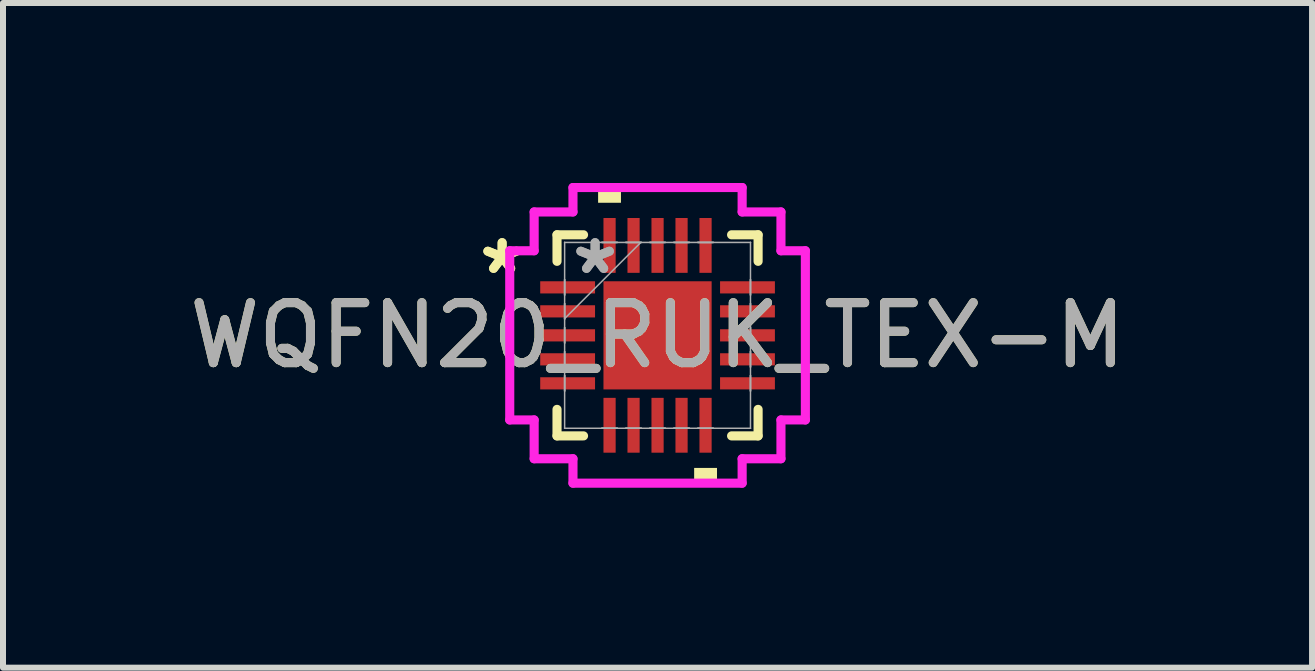
<source format=kicad_pcb>
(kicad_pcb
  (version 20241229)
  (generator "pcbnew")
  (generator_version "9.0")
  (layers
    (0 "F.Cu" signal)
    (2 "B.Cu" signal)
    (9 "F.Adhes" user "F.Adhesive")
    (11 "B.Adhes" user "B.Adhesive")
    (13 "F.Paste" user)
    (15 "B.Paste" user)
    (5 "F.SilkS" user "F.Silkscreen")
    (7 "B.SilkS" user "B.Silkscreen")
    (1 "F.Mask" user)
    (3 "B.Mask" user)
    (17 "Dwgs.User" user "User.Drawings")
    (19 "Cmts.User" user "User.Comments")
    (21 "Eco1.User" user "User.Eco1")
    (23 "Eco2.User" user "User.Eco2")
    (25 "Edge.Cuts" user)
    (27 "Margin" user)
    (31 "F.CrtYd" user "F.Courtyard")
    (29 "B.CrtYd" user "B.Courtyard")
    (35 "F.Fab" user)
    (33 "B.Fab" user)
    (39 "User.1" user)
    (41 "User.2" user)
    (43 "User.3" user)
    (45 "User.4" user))
  (footprint "WQFN20_RUK_TEX-M"
    (layer "F.Cu")
    (at 7.911 2.54)
    (property "Reference" "WQFN20_RUK_TEX-M" (at 0 0 0) (unlocked yes) (layer "F.SilkS") (effects (font (size 1 1) (thickness 0.15))))
    (attr smd)
    (fp_line (start -1.676 -1.676) (end -1.676 -1.234) (stroke (width 0.152) (type solid)) (layer "F.SilkS"))
    (fp_line (start -1.676 1.234) (end -1.676 1.676) (stroke (width 0.152) (type solid)) (layer "F.SilkS"))
    (fp_line (start -1.676 1.676) (end -1.234 1.676) (stroke (width 0.152) (type solid)) (layer "F.SilkS"))
    (fp_line (start -1.234 -1.676) (end -1.676 -1.676) (stroke (width 0.152) (type solid)) (layer "F.SilkS"))
    (fp_line (start 1.234 1.676) (end 1.676 1.676) (stroke (width 0.152) (type solid)) (layer "F.SilkS"))
    (fp_line (start 1.676 -1.676) (end 1.234 -1.676) (stroke (width 0.152) (type solid)) (layer "F.SilkS"))
    (fp_line (start 1.676 -1.234) (end 1.676 -1.676) (stroke (width 0.152) (type solid)) (layer "F.SilkS"))
    (fp_line (start 1.676 1.676) (end 1.676 1.234) (stroke (width 0.152) (type solid)) (layer "F.SilkS"))
    (fp_poly (pts (xy -0.991 -2.21) (xy -0.991 -2.464) (xy -0.61 -2.464) (xy -0.61 -2.21)) (stroke (width 0) (type solid)) (fill yes) (layer "F.SilkS"))
    (fp_poly (pts (xy 0.61 2.21) (xy 0.61 2.464) (xy 0.991 2.464) (xy 0.991 2.21)) (stroke (width 0) (type solid)) (fill yes) (layer "F.SilkS"))
    (fp_line (start -2.464 -1.41) (end -2.057 -1.41) (stroke (width 0.152) (type solid)) (layer "F.CrtYd"))
    (fp_line (start -2.464 1.41) (end -2.464 -1.41) (stroke (width 0.152) (type solid)) (layer "F.CrtYd"))
    (fp_line (start -2.057 -2.057) (end -1.41 -2.057) (stroke (width 0.152) (type solid)) (layer "F.CrtYd"))
    (fp_line (start -2.057 -1.41) (end -2.057 -2.057) (stroke (width 0.152) (type solid)) (layer "F.CrtYd"))
    (fp_line (start -2.057 1.41) (end -2.464 1.41) (stroke (width 0.152) (type solid)) (layer "F.CrtYd"))
    (fp_line (start -2.057 2.057) (end -2.057 1.41) (stroke (width 0.152) (type solid)) (layer "F.CrtYd"))
    (fp_line (start -1.41 -2.464) (end 1.41 -2.464) (stroke (width 0.152) (type solid)) (layer "F.CrtYd"))
    (fp_line (start -1.41 -2.057) (end -1.41 -2.464) (stroke (width 0.152) (type solid)) (layer "F.CrtYd"))
    (fp_line (start -1.41 2.057) (end -2.057 2.057) (stroke (width 0.152) (type solid)) (layer "F.CrtYd"))
    (fp_line (start -1.41 2.464) (end -1.41 2.057) (stroke (width 0.152) (type solid)) (layer "F.CrtYd"))
    (fp_line (start 1.41 -2.464) (end 1.41 -2.057) (stroke (width 0.152) (type solid)) (layer "F.CrtYd"))
    (fp_line (start 1.41 -2.057) (end 2.057 -2.057) (stroke (width 0.152) (type solid)) (layer "F.CrtYd"))
    (fp_line (start 1.41 2.057) (end 1.41 2.464) (stroke (width 0.152) (type solid)) (layer "F.CrtYd"))
    (fp_line (start 1.41 2.464) (end -1.41 2.464) (stroke (width 0.152) (type solid)) (layer "F.CrtYd"))
    (fp_line (start 2.057 -2.057) (end 2.057 -1.41) (stroke (width 0.152) (type solid)) (layer "F.CrtYd"))
    (fp_line (start 2.057 -1.41) (end 2.464 -1.41) (stroke (width 0.152) (type solid)) (layer "F.CrtYd"))
    (fp_line (start 2.057 1.41) (end 2.057 2.057) (stroke (width 0.152) (type solid)) (layer "F.CrtYd"))
    (fp_line (start 2.057 2.057) (end 1.41 2.057) (stroke (width 0.152) (type solid)) (layer "F.CrtYd"))
    (fp_line (start 2.464 -1.41) (end 2.464 1.41) (stroke (width 0.152) (type solid)) (layer "F.CrtYd"))
    (fp_line (start 2.464 1.41) (end 2.057 1.41) (stroke (width 0.152) (type solid)) (layer "F.CrtYd"))
    (fp_line (start -1.549 -1.549) (end -1.549 -1.549) (stroke (width 0.025) (type solid)) (layer "F.Fab"))
    (fp_line (start -1.549 -1.549) (end -1.549 1.549) (stroke (width 0.025) (type solid)) (layer "F.Fab"))
    (fp_line (start -1.549 -0.927) (end -1.549 -0.927) (stroke (width 0.025) (type solid)) (layer "F.Fab"))
    (fp_line (start -1.549 -0.927) (end -1.549 -0.673) (stroke (width 0.025) (type solid)) (layer "F.Fab"))
    (fp_line (start -1.549 -0.673) (end -1.549 -0.927) (stroke (width 0.025) (type solid)) (layer "F.Fab"))
    (fp_line (start -1.549 -0.673) (end -1.549 -0.673) (stroke (width 0.025) (type solid)) (layer "F.Fab"))
    (fp_line (start -1.549 -0.527) (end -1.549 -0.527) (stroke (width 0.025) (type solid)) (layer "F.Fab"))
    (fp_line (start -1.549 -0.527) (end -1.549 -0.273) (stroke (width 0.025) (type solid)) (layer "F.Fab"))
    (fp_line (start -1.549 -0.279) (end -0.279 -1.549) (stroke (width 0.025) (type solid)) (layer "F.Fab"))
    (fp_line (start -1.549 -0.273) (end -1.549 -0.527) (stroke (width 0.025) (type solid)) (layer "F.Fab"))
    (fp_line (start -1.549 -0.273) (end -1.549 -0.273) (stroke (width 0.025) (type solid)) (layer "F.Fab"))
    (fp_line (start -1.549 -0.127) (end -1.549 -0.127) (stroke (width 0.025) (type solid)) (layer "F.Fab"))
    (fp_line (start -1.549 -0.127) (end -1.549 0.127) (stroke (width 0.025) (type solid)) (layer "F.Fab"))
    (fp_line (start -1.549 0.127) (end -1.549 -0.127) (stroke (width 0.025) (type solid)) (layer "F.Fab"))
    (fp_line (start -1.549 0.127) (end -1.549 0.127) (stroke (width 0.025) (type solid)) (layer "F.Fab"))
    (fp_line (start -1.549 0.273) (end -1.549 0.273) (stroke (width 0.025) (type solid)) (layer "F.Fab"))
    (fp_line (start -1.549 0.273) (end -1.549 0.527) (stroke (width 0.025) (type solid)) (layer "F.Fab"))
    (fp_line (start -1.549 0.527) (end -1.549 0.273) (stroke (width 0.025) (type solid)) (layer "F.Fab"))
    (fp_line (start -1.549 0.527) (end -1.549 0.527) (stroke (width 0.025) (type solid)) (layer "F.Fab"))
    (fp_line (start -1.549 0.673) (end -1.549 0.673) (stroke (width 0.025) (type solid)) (layer "F.Fab"))
    (fp_line (start -1.549 0.673) (end -1.549 0.927) (stroke (width 0.025) (type solid)) (layer "F.Fab"))
    (fp_line (start -1.549 0.927) (end -1.549 0.673) (stroke (width 0.025) (type solid)) (layer "F.Fab"))
    (fp_line (start -1.549 0.927) (end -1.549 0.927) (stroke (width 0.025) (type solid)) (layer "F.Fab"))
    (fp_line (start -1.549 1.549) (end -1.549 1.549) (stroke (width 0.025) (type solid)) (layer "F.Fab"))
    (fp_line (start -1.549 1.549) (end 1.549 1.549) (stroke (width 0.025) (type solid)) (layer "F.Fab"))
    (fp_line (start -0.927 -1.549) (end -0.927 -1.549) (stroke (width 0.025) (type solid)) (layer "F.Fab"))
    (fp_line (start -0.927 -1.549) (end -0.673 -1.549) (stroke (width 0.025) (type solid)) (layer "F.Fab"))
    (fp_line (start -0.927 1.549) (end -0.927 1.549) (stroke (width 0.025) (type solid)) (layer "F.Fab"))
    (fp_line (start -0.927 1.549) (end -0.673 1.549) (stroke (width 0.025) (type solid)) (layer "F.Fab"))
    (fp_line (start -0.673 -1.549) (end -0.927 -1.549) (stroke (width 0.025) (type solid)) (layer "F.Fab"))
    (fp_line (start -0.673 -1.549) (end -0.673 -1.549) (stroke (width 0.025) (type solid)) (layer "F.Fab"))
    (fp_line (start -0.673 1.549) (end -0.927 1.549) (stroke (width 0.025) (type solid)) (layer "F.Fab"))
    (fp_line (start -0.673 1.549) (end -0.673 1.549) (stroke (width 0.025) (type solid)) (layer "F.Fab"))
    (fp_line (start -0.527 -1.549) (end -0.527 -1.549) (stroke (width 0.025) (type solid)) (layer "F.Fab"))
    (fp_line (start -0.527 -1.549) (end -0.273 -1.549) (stroke (width 0.025) (type solid)) (layer "F.Fab"))
    (fp_line (start -0.527 1.549) (end -0.527 1.549) (stroke (width 0.025) (type solid)) (layer "F.Fab"))
    (fp_line (start -0.527 1.549) (end -0.273 1.549) (stroke (width 0.025) (type solid)) (layer "F.Fab"))
    (fp_line (start -0.273 -1.549) (end -0.527 -1.549) (stroke (width 0.025) (type solid)) (layer "F.Fab"))
    (fp_line (start -0.273 -1.549) (end -0.273 -1.549) (stroke (width 0.025) (type solid)) (layer "F.Fab"))
    (fp_line (start -0.273 1.549) (end -0.527 1.549) (stroke (width 0.025) (type solid)) (layer "F.Fab"))
    (fp_line (start -0.273 1.549) (end -0.273 1.549) (stroke (width 0.025) (type solid)) (layer "F.Fab"))
    (fp_line (start -0.127 -1.549) (end -0.127 -1.549) (stroke (width 0.025) (type solid)) (layer "F.Fab"))
    (fp_line (start -0.127 -1.549) (end 0.127 -1.549) (stroke (width 0.025) (type solid)) (layer "F.Fab"))
    (fp_line (start -0.127 1.549) (end -0.127 1.549) (stroke (width 0.025) (type solid)) (layer "F.Fab"))
    (fp_line (start -0.127 1.549) (end 0.127 1.549) (stroke (width 0.025) (type solid)) (layer "F.Fab"))
    (fp_line (start 0.127 -1.549) (end -0.127 -1.549) (stroke (width 0.025) (type solid)) (layer "F.Fab"))
    (fp_line (start 0.127 -1.549) (end 0.127 -1.549) (stroke (width 0.025) (type solid)) (layer "F.Fab"))
    (fp_line (start 0.127 1.549) (end -0.127 1.549) (stroke (width 0.025) (type solid)) (layer "F.Fab"))
    (fp_line (start 0.127 1.549) (end 0.127 1.549) (stroke (width 0.025) (type solid)) (layer "F.Fab"))
    (fp_line (start 0.273 -1.549) (end 0.273 -1.549) (stroke (width 0.025) (type solid)) (layer "F.Fab"))
    (fp_line (start 0.273 -1.549) (end 0.527 -1.549) (stroke (width 0.025) (type solid)) (layer "F.Fab"))
    (fp_line (start 0.273 1.549) (end 0.273 1.549) (stroke (width 0.025) (type solid)) (layer "F.Fab"))
    (fp_line (start 0.273 1.549) (end 0.527 1.549) (stroke (width 0.025) (type solid)) (layer "F.Fab"))
    (fp_line (start 0.527 -1.549) (end 0.273 -1.549) (stroke (width 0.025) (type solid)) (layer "F.Fab"))
    (fp_line (start 0.527 -1.549) (end 0.527 -1.549) (stroke (width 0.025) (type solid)) (layer "F.Fab"))
    (fp_line (start 0.527 1.549) (end 0.273 1.549) (stroke (width 0.025) (type solid)) (layer "F.Fab"))
    (fp_line (start 0.527 1.549) (end 0.527 1.549) (stroke (width 0.025) (type solid)) (layer "F.Fab"))
    (fp_line (start 0.673 -1.549) (end 0.673 -1.549) (stroke (width 0.025) (type solid)) (layer "F.Fab"))
    (fp_line (start 0.673 -1.549) (end 0.927 -1.549) (stroke (width 0.025) (type solid)) (layer "F.Fab"))
    (fp_line (start 0.673 1.549) (end 0.673 1.549) (stroke (width 0.025) (type solid)) (layer "F.Fab"))
    (fp_line (start 0.673 1.549) (end 0.927 1.549) (stroke (width 0.025) (type solid)) (layer "F.Fab"))
    (fp_line (start 0.927 -1.549) (end 0.673 -1.549) (stroke (width 0.025) (type solid)) (layer "F.Fab"))
    (fp_line (start 0.927 -1.549) (end 0.927 -1.549) (stroke (width 0.025) (type solid)) (layer "F.Fab"))
    (fp_line (start 0.927 1.549) (end 0.673 1.549) (stroke (width 0.025) (type solid)) (layer "F.Fab"))
    (fp_line (start 0.927 1.549) (end 0.927 1.549) (stroke (width 0.025) (type solid)) (layer "F.Fab"))
    (fp_line (start 1.549 -1.549) (end -1.549 -1.549) (stroke (width 0.025) (type solid)) (layer "F.Fab"))
    (fp_line (start 1.549 -1.549) (end 1.549 -1.549) (stroke (width 0.025) (type solid)) (layer "F.Fab"))
    (fp_line (start 1.549 -0.927) (end 1.549 -0.927) (stroke (width 0.025) (type solid)) (layer "F.Fab"))
    (fp_line (start 1.549 -0.927) (end 1.549 -0.673) (stroke (width 0.025) (type solid)) (layer "F.Fab"))
    (fp_line (start 1.549 -0.673) (end 1.549 -0.927) (stroke (width 0.025) (type solid)) (layer "F.Fab"))
    (fp_line (start 1.549 -0.673) (end 1.549 -0.673) (stroke (width 0.025) (type solid)) (layer "F.Fab"))
    (fp_line (start 1.549 -0.527) (end 1.549 -0.527) (stroke (width 0.025) (type solid)) (layer "F.Fab"))
    (fp_line (start 1.549 -0.527) (end 1.549 -0.273) (stroke (width 0.025) (type solid)) (layer "F.Fab"))
    (fp_line (start 1.549 -0.273) (end 1.549 -0.527) (stroke (width 0.025) (type solid)) (layer "F.Fab"))
    (fp_line (start 1.549 -0.273) (end 1.549 -0.273) (stroke (width 0.025) (type solid)) (layer "F.Fab"))
    (fp_line (start 1.549 -0.127) (end 1.549 -0.127) (stroke (width 0.025) (type solid)) (layer "F.Fab"))
    (fp_line (start 1.549 -0.127) (end 1.549 0.127) (stroke (width 0.025) (type solid)) (layer "F.Fab"))
    (fp_line (start 1.549 0.127) (end 1.549 -0.127) (stroke (width 0.025) (type solid)) (layer "F.Fab"))
    (fp_line (start 1.549 0.127) (end 1.549 0.127) (stroke (width 0.025) (type solid)) (layer "F.Fab"))
    (fp_line (start 1.549 0.273) (end 1.549 0.273) (stroke (width 0.025) (type solid)) (layer "F.Fab"))
    (fp_line (start 1.549 0.273) (end 1.549 0.527) (stroke (width 0.025) (type solid)) (layer "F.Fab"))
    (fp_line (start 1.549 0.527) (end 1.549 0.273) (stroke (width 0.025) (type solid)) (layer "F.Fab"))
    (fp_line (start 1.549 0.527) (end 1.549 0.527) (stroke (width 0.025) (type solid)) (layer "F.Fab"))
    (fp_line (start 1.549 0.673) (end 1.549 0.673) (stroke (width 0.025) (type solid)) (layer "F.Fab"))
    (fp_line (start 1.549 0.673) (end 1.549 0.927) (stroke (width 0.025) (type solid)) (layer "F.Fab"))
    (fp_line (start 1.549 0.927) (end 1.549 0.673) (stroke (width 0.025) (type solid)) (layer "F.Fab"))
    (fp_line (start 1.549 0.927) (end 1.549 0.927) (stroke (width 0.025) (type solid)) (layer "F.Fab"))
    (fp_line (start 1.549 1.549) (end 1.549 -1.549) (stroke (width 0.025) (type solid)) (layer "F.Fab"))
    (fp_line (start 1.549 1.549) (end 1.549 1.549) (stroke (width 0.025) (type solid)) (layer "F.Fab"))
    (fp_text user "*" (at -2.591 -1 0) (layer "F.SilkS") (effects (font (size 1 1) (thickness 0.15))))
    (fp_text user "*" (at -2.591 -1 0) (unlocked yes) (layer "F.SilkS") (effects (font (size 1 1) (thickness 0.15))))
    (fp_text user "*" (at -1.041 -1 0) (layer "F.Fab") (effects (font (size 1 1) (thickness 0.15))))
    (fp_text user "${REFERENCE}" (at 0 0 0) (unlocked yes) (layer "F.Fab") (effects (font (size 1 1) (thickness 0.15))))
    (fp_text user "*" (at -1.041 -1 0) (unlocked yes) (layer "F.Fab") (effects (font (size 1 1) (thickness 0.15))))
    (pad "1" smd rect (at -1.499 -0.8 90) (size 0.203 0.914) (layers "F.Cu" "F.Mask" "F.Paste"))
    (pad "2" smd rect (at -1.499 -0.4 90) (size 0.203 0.914) (layers "F.Cu" "F.Mask" "F.Paste"))
    (pad "3" smd rect (at -1.499 0 90) (size 0.203 0.914) (layers "F.Cu" "F.Mask" "F.Paste"))
    (pad "4" smd rect (at -1.499 0.4 90) (size 0.203 0.914) (layers "F.Cu" "F.Mask" "F.Paste"))
    (pad "5" smd rect (at -1.499 0.8 90) (size 0.203 0.914) (layers "F.Cu" "F.Mask" "F.Paste"))
    (pad "6" smd rect (at -0.8 1.499) (size 0.203 0.914) (layers "F.Cu" "F.Mask" "F.Paste"))
    (pad "7" smd rect (at -0.4 1.499) (size 0.203 0.914) (layers "F.Cu" "F.Mask" "F.Paste"))
    (pad "8" smd rect (at 0 1.499) (size 0.203 0.914) (layers "F.Cu" "F.Mask" "F.Paste"))
    (pad "9" smd rect (at 0.4 1.499) (size 0.203 0.914) (layers "F.Cu" "F.Mask" "F.Paste"))
    (pad "10" smd rect (at 0.8 1.499) (size 0.203 0.914) (layers "F.Cu" "F.Mask" "F.Paste"))
    (pad "11" smd rect (at 1.499 0.8 90) (size 0.203 0.914) (layers "F.Cu" "F.Mask" "F.Paste"))
    (pad "12" smd rect (at 1.499 0.4 90) (size 0.203 0.914) (layers "F.Cu" "F.Mask" "F.Paste"))
    (pad "13" smd rect (at 1.499 0 90) (size 0.203 0.914) (layers "F.Cu" "F.Mask" "F.Paste"))
    (pad "14" smd rect (at 1.499 -0.4 90) (size 0.203 0.914) (layers "F.Cu" "F.Mask" "F.Paste"))
    (pad "15" smd rect (at 1.499 -0.8 90) (size 0.203 0.914) (layers "F.Cu" "F.Mask" "F.Paste"))
    (pad "16" smd rect (at 0.8 -1.499) (size 0.203 0.914) (layers "F.Cu" "F.Mask" "F.Paste"))
    (pad "17" smd rect (at 0.4 -1.499) (size 0.203 0.914) (layers "F.Cu" "F.Mask" "F.Paste"))
    (pad "18" smd rect (at 0 -1.499) (size 0.203 0.914) (layers "F.Cu" "F.Mask" "F.Paste"))
    (pad "19" smd rect (at -0.4 -1.499) (size 0.203 0.914) (layers "F.Cu" "F.Mask" "F.Paste"))
    (pad "20" smd rect (at -0.8 -1.499) (size 0.203 0.914) (layers "F.Cu" "F.Mask" "F.Paste"))
    (pad "21" smd rect (at 0 0) (size 1.803 1.803) (layers "F.Cu" "F.Mask" "F.Paste")))
  (gr_rect
    (start -3 -3)
    (end 18.821 8.08)
    (stroke (width 0.1) (type default))
    (fill no)
    (layer "Edge.Cuts")))
</source>
